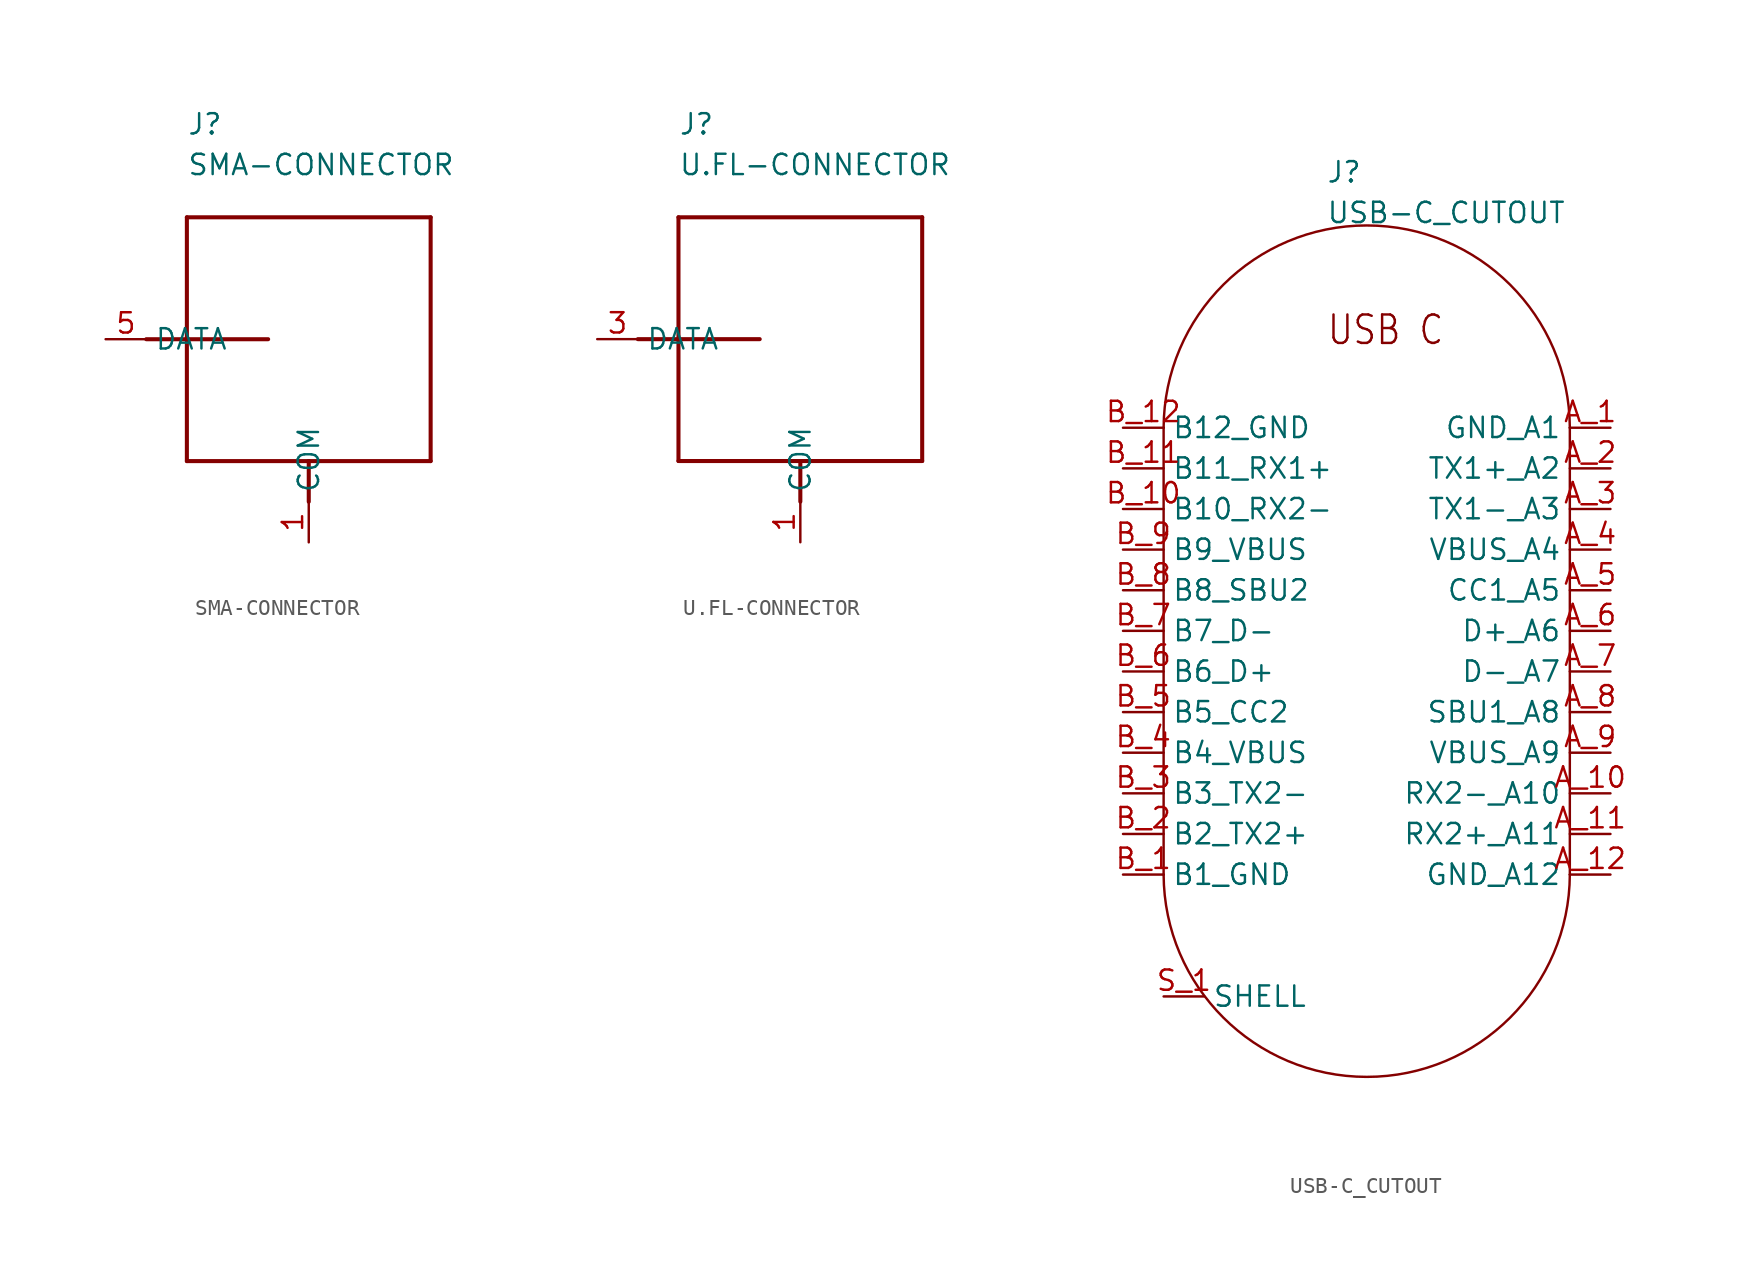
<source format=kicad_sym>
(kicad_symbol_lib
  (version 20211014)
  (generator kicad_symbol_editor)
  (symbol "SMA-CONNECTOR"
    (pin_names)
    (property "Reference" "J"
      (at -7.62 12.7 0)
      (effects (font (size 1.27 1.27)) (justify left bottom)))
    (property "Value" "SMA-CONNECTOR"
      (at -7.62 10.16 0)
      (effects (font (size 1.27 1.27)) (justify left bottom)))
    (property "Datasheet" ""
      (at 0 0 0))
    (property "ki_description" "SMA COAX Connector  - Verticle Connector #733910060, Right Angle Connector #731000114   Technical Specifications:    Impedance: 50ohm   Max Frequency: 18GHz       Component Search:  [DATA SHEET NAME]   Datasheet:  731000114   Datasheet:  733910060 "
      (at 0 0 0))
    (property "ki_fp_filters" "FlashPCB_Connectors:SMA-RIGHT-ANGLE FlashPCB_Connectors:SMA-VERTICLE"
      (at 0 0 0))
    (symbol "SMA-CONNECTOR_1_1"
      (polyline (pts (xy -2.54 0) (xy -10.16 0)) (stroke (width 0.254)) (fill (type none)))
      (polyline (pts (xy -7.62 7.62) (xy 7.62 7.62)) (stroke (width 0.254)) (fill (type none)))
      (polyline (pts (xy 7.62 7.62) (xy 7.62 -7.62)) (stroke (width 0.254)) (fill (type none)))
      (polyline (pts (xy 7.62 -7.62) (xy 0 -7.62)) (stroke (width 0.254)) (fill (type none)))
      (polyline (pts (xy 0 -7.62) (xy -7.62 -7.62)) (stroke (width 0.254)) (fill (type none)))
      (polyline (pts (xy -7.62 -7.62) (xy -7.62 7.62)) (stroke (width 0.254)) (fill (type none)))
      (polyline (pts (xy 0 -10.16) (xy 0 -7.62)) (stroke (width 0.254)) (fill (type none)))
      (circle private (center 0 0) (radius 7.62) (stroke (width 0.254) (type default)) (fill (type none)))
      (circle private (center 0 0) (radius 2.54) (stroke (width 0.254) (type default)) (fill (type none)))
      (pin bidirectional line (at -12.7 0 0) (length 2.54) (name "DATA" (effects (font (size 1.27 1.27)))) (number "5" (effects (font (size 1.27 1.27)))))
      (pin bidirectional line (at 0 -12.7 90) (length 2.54) (name "COM" (effects (font (size 1.27 1.27)))) (number "1" (effects (font (size 1.27 1.27)))))
      (pin bidirectional line (at 0 -12.7 90) (length 2.54) hide (name "COM" (effects (font (size 1.27 1.27)))) (number "2" (effects (font (size 1.27 1.27)))))
      (pin bidirectional line (at 0 -12.7 90) (length 2.54) hide (name "COM" (effects (font (size 1.27 1.27)))) (number "3" (effects (font (size 1.27 1.27)))))
      (pin bidirectional line (at 0 -12.7 90) (length 2.54) hide (name "COM" (effects (font (size 1.27 1.27)))) (number "4" (effects (font (size 1.27 1.27)))))))
  (symbol "U.FL-CONNECTOR"
    (pin_names)
    (property "Reference" "J"
      (at -7.62 12.7 0)
      (effects (font (size 1.27 1.27)) (justify left bottom)))
    (property "Value" "U.FL-CONNECTOR"
      (at -7.62 10.16 0)
      (effects (font (size 1.27 1.27)) (justify left bottom)))
    (property "Datasheet" ""
      (at 0 0 0))
    (property "ki_description" "U.FL Connector  -  Surface mount U.FL Part# 1909763-1   Technical Specifications:    Max Frequency: 6GHz   Impedance: 50ohms       Component Search:  [DATA SHEET NAME]   Datasheet:  1909763-1 "
      (at 0 0 0))
    (property "ki_fp_filters" "FlashPCB_Connectors:U.FL-CONNECTOR-TE_AMP-1909763-1"
      (at 0 0 0))
    (symbol "U.FL-CONNECTOR_1_1"
      (polyline (pts (xy -2.54 0) (xy -10.16 0)) (stroke (width 0.254)) (fill (type none)))
      (polyline (pts (xy -7.62 7.62) (xy 7.62 7.62)) (stroke (width 0.254)) (fill (type none)))
      (polyline (pts (xy 7.62 7.62) (xy 7.62 -7.62)) (stroke (width 0.254)) (fill (type none)))
      (polyline (pts (xy 7.62 -7.62) (xy 0 -7.62)) (stroke (width 0.254)) (fill (type none)))
      (polyline (pts (xy 0 -7.62) (xy -7.62 -7.62)) (stroke (width 0.254)) (fill (type none)))
      (polyline (pts (xy -7.62 -7.62) (xy -7.62 7.62)) (stroke (width 0.254)) (fill (type none)))
      (polyline (pts (xy 0 -10.16) (xy 0 -7.62)) (stroke (width 0.254)) (fill (type none)))
      (circle private (center 0 0) (radius 7.62) (stroke (width 0.254) (type default)) (fill (type none)))
      (circle private (center 0 0) (radius 2.54) (stroke (width 0.254) (type default)) (fill (type none)))
      (pin bidirectional line (at -12.7 0 0) (length 2.54) (name "DATA" (effects (font (size 1.27 1.27)))) (number "3" (effects (font (size 1.27 1.27)))))
      (pin bidirectional line (at 0 -12.7 90) (length 2.54) (name "COM" (effects (font (size 1.27 1.27)))) (number "1" (effects (font (size 1.27 1.27)))))
      (pin bidirectional line (at 0 -12.7 90) (length 2.54) hide (name "COM" (effects (font (size 1.27 1.27)))) (number "2" (effects (font (size 1.27 1.27)))))))
  (symbol "USB-C_CUTOUT"
    (pin_names)
    (property "Reference" "J"
      (at -2.54 27.94 0)
      (effects (font (size 1.27 1.27)) (justify left bottom)))
    (property "Value" "USB-C_CUTOUT"
      (at -2.54 25.4 0)
      (effects (font (size 1.27 1.27)) (justify left bottom)))
    (property "Datasheet" ""
      (at 0 0 0))
    (property "ki_fp_filters" "FlashPCB_Connectors:USB-C-3.2-RA-TE-2295018-2"
      (at 0 0 0))
    (symbol "USB-C_CUTOUT_1_1"
      (text "USB C" (at -2.54 17.78 0) (effects (font (size 1.778 1.52)) (justify left bottom)))
      (polyline (pts (xy -12.7 12.7) (xy -12.7 -15.24)) (stroke (width 0.152)) (fill (type none)))
      (arc (start -12.7 -15.24) (mid 0 -27.939999999999998) (end 12.7 -15.24) (stroke (width 0.1524) (type default)) (fill (type none)))
      (polyline (pts (xy 12.7 -15.24) (xy 12.7 12.7)) (stroke (width 0.152)) (fill (type none)))
      (arc (start 12.7 12.7) (mid 0 25.4) (end -12.7 12.7) (stroke (width 0.1524) (type default)) (fill (type none)))
      (pin bidirectional line (at 15.24 12.7 180) (length 2.54) (name "GND_A1" (effects (font (size 1.27 1.27)))) (number "A_1" (effects (font (size 1.27 1.27)))))
      (pin bidirectional line (at 15.24 10.16 180) (length 2.54) (name "TX1+_A2" (effects (font (size 1.27 1.27)))) (number "A_2" (effects (font (size 1.27 1.27)))))
      (pin bidirectional line (at 15.24 7.62 180) (length 2.54) (name "TX1-_A3" (effects (font (size 1.27 1.27)))) (number "A_3" (effects (font (size 1.27 1.27)))))
      (pin bidirectional line (at 15.24 5.08 180) (length 2.54) (name "VBUS_A4" (effects (font (size 1.27 1.27)))) (number "A_4" (effects (font (size 1.27 1.27)))))
      (pin bidirectional line (at 15.24 2.54 180) (length 2.54) (name "CC1_A5" (effects (font (size 1.27 1.27)))) (number "A_5" (effects (font (size 1.27 1.27)))))
      (pin bidirectional line (at 15.24 0 180) (length 2.54) (name "D+_A6" (effects (font (size 1.27 1.27)))) (number "A_6" (effects (font (size 1.27 1.27)))))
      (pin bidirectional line (at 15.24 -2.54 180) (length 2.54) (name "D-_A7" (effects (font (size 1.27 1.27)))) (number "A_7" (effects (font (size 1.27 1.27)))))
      (pin bidirectional line (at 15.24 -5.08 180) (length 2.54) (name "SBU1_A8" (effects (font (size 1.27 1.27)))) (number "A_8" (effects (font (size 1.27 1.27)))))
      (pin bidirectional line (at 15.24 -7.62 180) (length 2.54) (name "VBUS_A9" (effects (font (size 1.27 1.27)))) (number "A_9" (effects (font (size 1.27 1.27)))))
      (pin bidirectional line (at 15.24 -10.16 180) (length 2.54) (name "RX2-_A10" (effects (font (size 1.27 1.27)))) (number "A_10" (effects (font (size 1.27 1.27)))))
      (pin bidirectional line (at 15.24 -12.7 180) (length 2.54) (name "RX2+_A11" (effects (font (size 1.27 1.27)))) (number "A_11" (effects (font (size 1.27 1.27)))))
      (pin bidirectional line (at 15.24 -15.24 180) (length 2.54) (name "GND_A12" (effects (font (size 1.27 1.27)))) (number "A_12" (effects (font (size 1.27 1.27)))))
      (pin bidirectional line (at -15.24 -15.24 0) (length 2.54) (name "B1_GND" (effects (font (size 1.27 1.27)))) (number "B_1" (effects (font (size 1.27 1.27)))))
      (pin bidirectional line (at -15.24 -12.7 0) (length 2.54) (name "B2_TX2+" (effects (font (size 1.27 1.27)))) (number "B_2" (effects (font (size 1.27 1.27)))))
      (pin bidirectional line (at -15.24 -10.16 0) (length 2.54) (name "B3_TX2-" (effects (font (size 1.27 1.27)))) (number "B_3" (effects (font (size 1.27 1.27)))))
      (pin bidirectional line (at -15.24 -7.62 0) (length 2.54) (name "B4_VBUS" (effects (font (size 1.27 1.27)))) (number "B_4" (effects (font (size 1.27 1.27)))))
      (pin bidirectional line (at -15.24 -5.08 0) (length 2.54) (name "B5_CC2" (effects (font (size 1.27 1.27)))) (number "B_5" (effects (font (size 1.27 1.27)))))
      (pin bidirectional line (at -15.24 -2.54 0) (length 2.54) (name "B6_D+" (effects (font (size 1.27 1.27)))) (number "B_6" (effects (font (size 1.27 1.27)))))
      (pin bidirectional line (at -15.24 0 0) (length 2.54) (name "B7_D-" (effects (font (size 1.27 1.27)))) (number "B_7" (effects (font (size 1.27 1.27)))))
      (pin bidirectional line (at -15.24 2.54 0) (length 2.54) (name "B8_SBU2" (effects (font (size 1.27 1.27)))) (number "B_8" (effects (font (size 1.27 1.27)))))
      (pin bidirectional line (at -15.24 5.08 0) (length 2.54) (name "B9_VBUS" (effects (font (size 1.27 1.27)))) (number "B_9" (effects (font (size 1.27 1.27)))))
      (pin bidirectional line (at -15.24 7.62 0) (length 2.54) (name "B10_RX2-" (effects (font (size 1.27 1.27)))) (number "B_10" (effects (font (size 1.27 1.27)))))
      (pin bidirectional line (at -15.24 10.16 0) (length 2.54) (name "B11_RX1+" (effects (font (size 1.27 1.27)))) (number "B_11" (effects (font (size 1.27 1.27)))))
      (pin bidirectional line (at -15.24 12.7 0) (length 2.54) (name "B12_GND" (effects (font (size 1.27 1.27)))) (number "B_12" (effects (font (size 1.27 1.27)))))
      (pin bidirectional line (at -12.7 -22.86 0) (length 2.54) (name "SHELL" (effects (font (size 1.27 1.27)))) (number "S_1" (effects (font (size 1.27 1.27)))))
      (pin bidirectional line (at -12.7 -22.86 0) (length 2.54) hide (name "SHELL" (effects (font (size 1.27 1.27)))) (number "S_2" (effects (font (size 1.27 1.27)))))
      (pin bidirectional line (at -12.7 -22.86 0) (length 2.54) hide (name "SHELL" (effects (font (size 1.27 1.27)))) (number "S_3" (effects (font (size 1.27 1.27)))))
      (pin bidirectional line (at -12.7 -22.86 0) (length 2.54) hide (name "SHELL" (effects (font (size 1.27 1.27)))) (number "S_4" (effects (font (size 1.27 1.27))))))))
</source>
